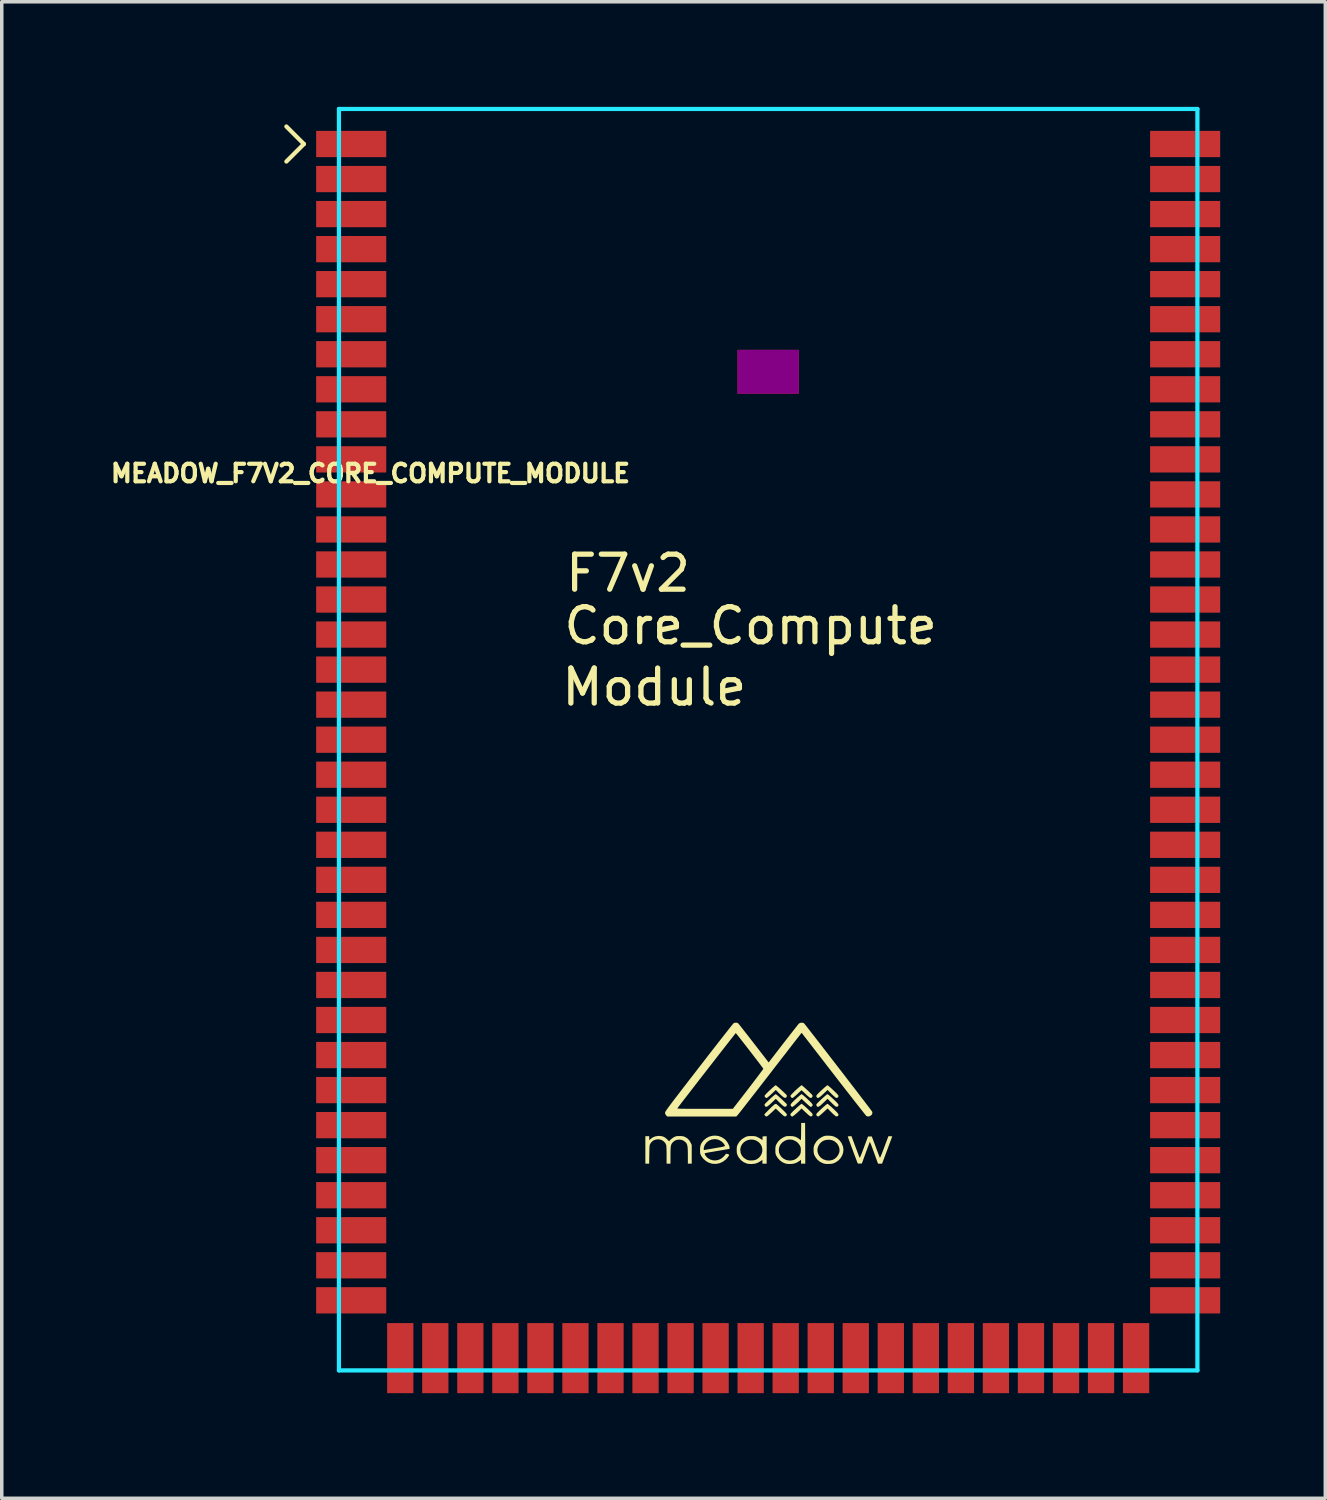
<source format=kicad_pcb>
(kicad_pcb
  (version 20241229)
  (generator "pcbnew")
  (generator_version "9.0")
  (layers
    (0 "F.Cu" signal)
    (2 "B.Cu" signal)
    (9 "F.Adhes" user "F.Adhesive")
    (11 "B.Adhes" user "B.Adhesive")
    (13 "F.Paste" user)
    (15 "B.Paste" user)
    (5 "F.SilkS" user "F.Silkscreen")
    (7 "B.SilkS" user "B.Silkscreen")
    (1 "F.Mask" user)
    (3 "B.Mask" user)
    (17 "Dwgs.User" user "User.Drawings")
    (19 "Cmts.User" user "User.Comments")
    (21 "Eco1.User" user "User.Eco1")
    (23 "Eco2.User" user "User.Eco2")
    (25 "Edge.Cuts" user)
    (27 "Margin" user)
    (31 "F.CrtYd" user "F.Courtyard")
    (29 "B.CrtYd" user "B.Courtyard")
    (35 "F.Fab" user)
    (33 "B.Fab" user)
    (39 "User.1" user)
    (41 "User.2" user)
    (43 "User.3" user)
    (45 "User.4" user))
  (footprint "MEADOW_F7V2_CORE_COMPUTE_MODULE"
    (layer "F.Cu")
    (at 18.873 14.06)
    (property "Reference" "MEADOW_F7V2_CORE_COMPUTE_MODULE" (at -11.35 -3.6 180) (layer "F.SilkS") (effects (font (size 0.5 0.5) (thickness 0.12))))
    (attr smd)
    (fp_line (start -13.75 -13.5) (end -13.25 -13) (stroke (width 0.12) (type solid)) (layer "F.SilkS"))
    (fp_line (start -13.25 -13) (end -13.75 -12.5) (stroke (width 0.12) (type solid)) (layer "F.SilkS"))
    (fp_poly (pts (xy 1.705 14.123) (xy 1.731 14.143) (xy 1.767 14.174) (xy 1.811 14.213) (xy 1.858 14.256) (xy 1.913 14.308) (xy 1.953 14.348) (xy 1.98 14.378) (xy 1.997 14.4) (xy 2.005 14.417) (xy 2.007 14.427) (xy 1.998 14.456) (xy 1.974 14.474) (xy 1.941 14.476) (xy 1.937 14.475) (xy 1.921 14.465) (xy 1.893 14.443) (xy 1.857 14.41) (xy 1.816 14.371) (xy 1.804 14.359) (xy 1.695 14.249) (xy 1.574 14.364) (xy 1.52 14.415) (xy 1.479 14.449) (xy 1.447 14.47) (xy 1.424 14.479) (xy 1.405 14.475) (xy 1.39 14.461) (xy 1.384 14.453) (xy 1.373 14.427) (xy 1.378 14.404) (xy 1.391 14.388) (xy 1.416 14.361) (xy 1.451 14.326) (xy 1.492 14.287) (xy 1.536 14.246) (xy 1.58 14.206) (xy 1.621 14.17) (xy 1.655 14.141) (xy 1.68 14.122) (xy 1.692 14.116) (xy 1.705 14.123)) (stroke (width 0) (type solid)) (fill yes) (layer "F.SilkS"))
    (fp_poly (pts (xy 0.228 14.123) (xy 0.253 14.143) (xy 0.288 14.172) (xy 0.329 14.208) (xy 0.373 14.248) (xy 0.417 14.289) (xy 0.458 14.328) (xy 0.493 14.362) (xy 0.519 14.388) (xy 0.532 14.404) (xy 0.533 14.406) (xy 0.533 14.432) (xy 0.518 14.458) (xy 0.494 14.474) (xy 0.492 14.475) (xy 0.474 14.475) (xy 0.453 14.468) (xy 0.426 14.45) (xy 0.391 14.421) (xy 0.346 14.379) (xy 0.299 14.332) (xy 0.218 14.249) (xy 0.097 14.364) (xy 0.043 14.414) (xy 0.001 14.449) (xy -0.03 14.47) (xy -0.054 14.479) (xy -0.072 14.475) (xy -0.088 14.461) (xy -0.093 14.453) (xy -0.105 14.426) (xy -0.1 14.405) (xy -0.087 14.389) (xy -0.062 14.362) (xy -0.027 14.328) (xy 0.014 14.288) (xy 0.058 14.247) (xy 0.102 14.207) (xy 0.143 14.171) (xy 0.178 14.142) (xy 0.203 14.123) (xy 0.216 14.116) (xy 0.228 14.123)) (stroke (width 0) (type solid)) (fill yes) (layer "F.SilkS"))
    (fp_poly (pts (xy 1.705 14.398) (xy 1.731 14.419) (xy 1.767 14.449) (xy 1.811 14.488) (xy 1.858 14.532) (xy 1.913 14.584) (xy 1.953 14.624) (xy 1.98 14.654) (xy 1.997 14.676) (xy 2.005 14.693) (xy 2.007 14.702) (xy 1.998 14.731) (xy 1.974 14.749) (xy 1.941 14.752) (xy 1.937 14.751) (xy 1.921 14.741) (xy 1.893 14.718) (xy 1.857 14.686) (xy 1.816 14.647) (xy 1.804 14.635) (xy 1.695 14.525) (xy 1.571 14.64) (xy 1.526 14.68) (xy 1.487 14.714) (xy 1.455 14.739) (xy 1.434 14.753) (xy 1.429 14.755) (xy 1.409 14.748) (xy 1.39 14.733) (xy 1.374 14.714) (xy 1.37 14.697) (xy 1.38 14.677) (xy 1.403 14.649) (xy 1.43 14.62) (xy 1.466 14.585) (xy 1.508 14.545) (xy 1.552 14.505) (xy 1.595 14.467) (xy 1.634 14.433) (xy 1.666 14.408) (xy 1.686 14.394) (xy 1.692 14.391) (xy 1.705 14.398)) (stroke (width 0) (type solid)) (fill yes) (layer "F.SilkS"))
    (fp_poly (pts (xy 1.706 13.869) (xy 1.732 13.89) (xy 1.768 13.92) (xy 1.812 13.959) (xy 1.858 14.003) (xy 1.913 14.055) (xy 1.953 14.095) (xy 1.981 14.125) (xy 1.997 14.148) (xy 2.006 14.164) (xy 2.007 14.173) (xy 1.998 14.202) (xy 1.974 14.22) (xy 1.941 14.223) (xy 1.937 14.222) (xy 1.921 14.212) (xy 1.893 14.189) (xy 1.857 14.157) (xy 1.816 14.118) (xy 1.804 14.106) (xy 1.695 13.996) (xy 1.573 14.111) (xy 1.519 14.161) (xy 1.478 14.195) (xy 1.447 14.216) (xy 1.423 14.225) (xy 1.405 14.221) (xy 1.39 14.208) (xy 1.386 14.203) (xy 1.377 14.188) (xy 1.373 14.174) (xy 1.377 14.159) (xy 1.388 14.139) (xy 1.41 14.114) (xy 1.443 14.08) (xy 1.489 14.036) (xy 1.547 13.982) (xy 1.592 13.941) (xy 1.632 13.906) (xy 1.665 13.88) (xy 1.686 13.865) (xy 1.693 13.862) (xy 1.706 13.869)) (stroke (width 0) (type solid)) (fill yes) (layer "F.SilkS"))
    (fp_poly (pts (xy 0.228 13.869) (xy 0.253 13.889) (xy 0.288 13.918) (xy 0.329 13.954) (xy 0.373 13.994) (xy 0.417 14.035) (xy 0.459 14.074) (xy 0.494 14.108) (xy 0.519 14.135) (xy 0.532 14.151) (xy 0.533 14.152) (xy 0.533 14.179) (xy 0.518 14.205) (xy 0.494 14.221) (xy 0.492 14.221) (xy 0.473 14.221) (xy 0.448 14.21) (xy 0.416 14.187) (xy 0.374 14.151) (xy 0.322 14.101) (xy 0.288 14.068) (xy 0.218 13.996) (xy 0.096 14.111) (xy 0.052 14.151) (xy 0.013 14.185) (xy -0.019 14.21) (xy -0.04 14.224) (xy -0.045 14.226) (xy -0.068 14.218) (xy -0.087 14.205) (xy -0.102 14.178) (xy -0.102 14.16) (xy -0.092 14.145) (xy -0.069 14.119) (xy -0.036 14.084) (xy 0.004 14.045) (xy 0.048 14.003) (xy 0.093 13.962) (xy 0.135 13.924) (xy 0.171 13.893) (xy 0.199 13.871) (xy 0.215 13.862) (xy 0.216 13.862) (xy 0.228 13.869)) (stroke (width 0) (type solid)) (fill yes) (layer "F.SilkS"))
    (fp_poly (pts (xy 0.967 14.123) (xy 0.994 14.143) (xy 1.03 14.174) (xy 1.074 14.212) (xy 1.12 14.255) (xy 1.174 14.306) (xy 1.214 14.345) (xy 1.241 14.375) (xy 1.258 14.396) (xy 1.266 14.413) (xy 1.269 14.425) (xy 1.259 14.456) (xy 1.234 14.475) (xy 1.211 14.479) (xy 1.199 14.472) (xy 1.173 14.452) (xy 1.138 14.422) (xy 1.097 14.385) (xy 1.075 14.364) (xy 0.952 14.249) (xy 0.904 14.299) (xy 0.867 14.336) (xy 0.826 14.374) (xy 0.785 14.411) (xy 0.747 14.442) (xy 0.716 14.466) (xy 0.697 14.478) (xy 0.692 14.479) (xy 0.672 14.474) (xy 0.66 14.468) (xy 0.645 14.448) (xy 0.64 14.425) (xy 0.643 14.411) (xy 0.652 14.395) (xy 0.669 14.373) (xy 0.697 14.343) (xy 0.737 14.304) (xy 0.789 14.255) (xy 0.837 14.21) (xy 0.88 14.172) (xy 0.916 14.142) (xy 0.942 14.122) (xy 0.954 14.116) (xy 0.967 14.123)) (stroke (width 0) (type solid)) (fill yes) (layer "F.SilkS"))
    (fp_poly (pts (xy 0.229 14.396) (xy 0.243 14.406) (xy 0.27 14.428) (xy 0.307 14.461) (xy 0.351 14.501) (xy 0.395 14.543) (xy 0.447 14.594) (xy 0.485 14.632) (xy 0.511 14.66) (xy 0.527 14.68) (xy 0.534 14.695) (xy 0.534 14.706) (xy 0.534 14.709) (xy 0.519 14.734) (xy 0.501 14.747) (xy 0.487 14.751) (xy 0.473 14.751) (xy 0.456 14.744) (xy 0.433 14.728) (xy 0.402 14.701) (xy 0.359 14.662) (xy 0.321 14.626) (xy 0.216 14.527) (xy 0.095 14.641) (xy 0.051 14.681) (xy 0.012 14.715) (xy -0.02 14.74) (xy -0.041 14.753) (xy -0.046 14.755) (xy -0.068 14.748) (xy -0.087 14.733) (xy -0.104 14.712) (xy -0.11 14.697) (xy -0.102 14.686) (xy -0.082 14.663) (xy -0.051 14.63) (xy -0.013 14.592) (xy 0.028 14.55) (xy 0.071 14.509) (xy 0.111 14.471) (xy 0.147 14.438) (xy 0.174 14.415) (xy 0.185 14.406) (xy 0.21 14.396) (xy 0.229 14.396)) (stroke (width 0) (type solid)) (fill yes) (layer "F.SilkS"))
    (fp_poly (pts (xy 0.967 13.869) (xy 0.992 13.889) (xy 1.025 13.918) (xy 1.066 13.954) (xy 1.109 13.994) (xy 1.153 14.034) (xy 1.193 14.073) (xy 1.226 14.106) (xy 1.251 14.131) (xy 1.26 14.143) (xy 1.268 14.17) (xy 1.259 14.198) (xy 1.238 14.218) (xy 1.211 14.226) (xy 1.194 14.218) (xy 1.164 14.197) (xy 1.127 14.166) (xy 1.099 14.14) (xy 1.06 14.103) (xy 1.023 14.068) (xy 0.994 14.041) (xy 0.98 14.029) (xy 0.95 14.003) (xy 0.831 14.114) (xy 0.788 14.154) (xy 0.749 14.187) (xy 0.718 14.212) (xy 0.698 14.225) (xy 0.693 14.226) (xy 0.671 14.218) (xy 0.652 14.205) (xy 0.637 14.178) (xy 0.637 14.16) (xy 0.647 14.145) (xy 0.67 14.119) (xy 0.703 14.084) (xy 0.743 14.044) (xy 0.787 14.002) (xy 0.832 13.961) (xy 0.874 13.924) (xy 0.911 13.893) (xy 0.938 13.871) (xy 0.954 13.862) (xy 0.955 13.862) (xy 0.967 13.869)) (stroke (width 0) (type solid)) (fill yes) (layer "F.SilkS"))
    (fp_poly (pts (xy 0.967 14.398) (xy 0.993 14.419) (xy 1.03 14.449) (xy 1.074 14.488) (xy 1.12 14.531) (xy 1.174 14.582) (xy 1.213 14.621) (xy 1.241 14.65) (xy 1.258 14.671) (xy 1.266 14.688) (xy 1.269 14.701) (xy 1.269 14.702) (xy 1.262 14.73) (xy 1.242 14.746) (xy 1.227 14.751) (xy 1.213 14.751) (xy 1.196 14.745) (xy 1.174 14.729) (xy 1.144 14.704) (xy 1.103 14.667) (xy 1.058 14.625) (xy 0.952 14.525) (xy 0.915 14.564) (xy 0.882 14.597) (xy 0.843 14.633) (xy 0.802 14.67) (xy 0.763 14.703) (xy 0.729 14.73) (xy 0.704 14.748) (xy 0.693 14.754) (xy 0.669 14.749) (xy 0.665 14.748) (xy 0.644 14.729) (xy 0.635 14.701) (xy 0.64 14.679) (xy 0.653 14.662) (xy 0.678 14.636) (xy 0.713 14.601) (xy 0.754 14.562) (xy 0.798 14.521) (xy 0.842 14.481) (xy 0.883 14.445) (xy 0.918 14.417) (xy 0.942 14.398) (xy 0.954 14.391) (xy 0.967 14.398)) (stroke (width 0) (type solid)) (fill yes) (layer "F.SilkS"))
    (fp_poly (pts (xy -0.424 15.313) (xy -0.385 15.316) (xy -0.353 15.322) (xy -0.322 15.334) (xy -0.305 15.342) (xy -0.264 15.363) (xy -0.224 15.386) (xy -0.204 15.4) (xy -0.166 15.429) (xy -0.162 15.376) (xy -0.159 15.323) (xy -0.101 15.319) (xy -0.043 15.316) (xy -0.043 16.1) (xy -0.165 16.1) (xy -0.165 15.99) (xy -0.219 16.029) (xy -0.299 16.075) (xy -0.383 16.102) (xy -0.477 16.11) (xy -0.481 16.11) (xy -0.53 16.108) (xy -0.577 16.103) (xy -0.612 16.095) (xy -0.613 16.095) (xy -0.7 16.057) (xy -0.775 16.001) (xy -0.836 15.928) (xy -0.869 15.87) (xy -0.883 15.835) (xy -0.892 15.802) (xy -0.897 15.763) (xy -0.898 15.711) (xy -0.898 15.709) (xy -0.898 15.708) (xy -0.796 15.708) (xy -0.786 15.79) (xy -0.756 15.862) (xy -0.708 15.922) (xy -0.643 15.971) (xy -0.585 15.997) (xy -0.539 16.007) (xy -0.482 16.009) (xy -0.422 16.005) (xy -0.368 15.994) (xy -0.335 15.981) (xy -0.269 15.936) (xy -0.219 15.88) (xy -0.185 15.815) (xy -0.168 15.747) (xy -0.168 15.677) (xy -0.184 15.608) (xy -0.217 15.545) (xy -0.266 15.49) (xy -0.332 15.446) (xy -0.338 15.443) (xy -0.414 15.417) (xy -0.49 15.411) (xy -0.563 15.421) (xy -0.632 15.448) (xy -0.692 15.488) (xy -0.741 15.541) (xy -0.776 15.604) (xy -0.794 15.676) (xy -0.796 15.708) (xy -0.898 15.708) (xy -0.897 15.657) (xy -0.893 15.619) (xy -0.885 15.588) (xy -0.871 15.555) (xy -0.867 15.546) (xy -0.815 15.466) (xy -0.747 15.399) (xy -0.665 15.348) (xy -0.663 15.347) (xy -0.626 15.33) (xy -0.596 15.32) (xy -0.565 15.315) (xy -0.524 15.312) (xy -0.479 15.312) (xy -0.424 15.313)) (stroke (width 0) (type solid)) (fill yes) (layer "F.SilkS"))
    (fp_poly (pts (xy 1.715 15.302) (xy 1.777 15.304) (xy 1.825 15.311) (xy 1.869 15.324) (xy 1.878 15.327) (xy 1.964 15.372) (xy 2.036 15.434) (xy 2.093 15.51) (xy 2.131 15.598) (xy 2.135 15.609) (xy 2.148 15.693) (xy 2.141 15.778) (xy 2.115 15.859) (xy 2.072 15.935) (xy 2.013 16.001) (xy 1.94 16.054) (xy 1.908 16.071) (xy 1.87 16.088) (xy 1.836 16.099) (xy 1.798 16.105) (xy 1.749 16.108) (xy 1.732 16.108) (xy 1.67 16.109) (xy 1.622 16.104) (xy 1.582 16.095) (xy 1.57 16.091) (xy 1.482 16.049) (xy 1.408 15.99) (xy 1.35 15.915) (xy 1.325 15.869) (xy 1.31 15.834) (xy 1.302 15.801) (xy 1.297 15.762) (xy 1.297 15.73) (xy 1.405 15.73) (xy 1.418 15.8) (xy 1.449 15.865) (xy 1.497 15.923) (xy 1.562 15.97) (xy 1.583 15.98) (xy 1.662 16.006) (xy 1.746 16.012) (xy 1.828 15.996) (xy 1.833 15.995) (xy 1.898 15.962) (xy 1.955 15.911) (xy 2 15.849) (xy 2.029 15.779) (xy 2.036 15.743) (xy 2.035 15.677) (xy 2.016 15.609) (xy 1.982 15.546) (xy 1.96 15.519) (xy 1.901 15.467) (xy 1.836 15.434) (xy 1.762 15.418) (xy 1.721 15.417) (xy 1.64 15.424) (xy 1.571 15.448) (xy 1.511 15.49) (xy 1.48 15.521) (xy 1.435 15.587) (xy 1.41 15.658) (xy 1.405 15.73) (xy 1.297 15.73) (xy 1.296 15.71) (xy 1.296 15.708) (xy 1.297 15.658) (xy 1.301 15.621) (xy 1.309 15.59) (xy 1.323 15.556) (xy 1.332 15.536) (xy 1.382 15.458) (xy 1.448 15.393) (xy 1.532 15.341) (xy 1.542 15.336) (xy 1.581 15.318) (xy 1.613 15.308) (xy 1.647 15.303) (xy 1.691 15.301) (xy 1.715 15.302)) (stroke (width 0) (type solid)) (fill yes) (layer "F.SilkS"))
    (fp_poly (pts (xy 1.057 15.518) (xy 1.059 16.1) (xy 0.938 16.1) (xy 0.938 15.99) (xy 0.883 16.029) (xy 0.804 16.075) (xy 0.719 16.102) (xy 0.625 16.11) (xy 0.621 16.11) (xy 0.572 16.108) (xy 0.525 16.103) (xy 0.49 16.095) (xy 0.489 16.095) (xy 0.405 16.058) (xy 0.33 16.002) (xy 0.267 15.931) (xy 0.231 15.871) (xy 0.218 15.841) (xy 0.21 15.81) (xy 0.206 15.771) (xy 0.205 15.717) (xy 0.205 15.714) (xy 0.205 15.707) (xy 0.303 15.707) (xy 0.31 15.779) (xy 0.335 15.845) (xy 0.375 15.902) (xy 0.427 15.95) (xy 0.49 15.985) (xy 0.56 16.006) (xy 0.635 16.012) (xy 0.714 15.999) (xy 0.742 15.99) (xy 0.799 15.959) (xy 0.853 15.913) (xy 0.898 15.859) (xy 0.912 15.835) (xy 0.925 15.799) (xy 0.931 15.749) (xy 0.932 15.714) (xy 0.931 15.667) (xy 0.926 15.633) (xy 0.914 15.601) (xy 0.898 15.571) (xy 0.851 15.508) (xy 0.787 15.459) (xy 0.708 15.424) (xy 0.698 15.421) (xy 0.623 15.41) (xy 0.548 15.418) (xy 0.477 15.445) (xy 0.413 15.486) (xy 0.361 15.54) (xy 0.323 15.606) (xy 0.315 15.631) (xy 0.303 15.707) (xy 0.205 15.707) (xy 0.206 15.661) (xy 0.209 15.622) (xy 0.216 15.59) (xy 0.229 15.558) (xy 0.234 15.547) (xy 0.281 15.472) (xy 0.345 15.407) (xy 0.422 15.356) (xy 0.44 15.347) (xy 0.477 15.33) (xy 0.509 15.319) (xy 0.542 15.314) (xy 0.585 15.312) (xy 0.618 15.312) (xy 0.697 15.315) (xy 0.761 15.328) (xy 0.818 15.351) (xy 0.874 15.387) (xy 0.878 15.39) (xy 0.906 15.411) (xy 0.926 15.424) (xy 0.932 15.428) (xy 0.934 15.417) (xy 0.936 15.388) (xy 0.937 15.342) (xy 0.939 15.285) (xy 0.94 15.217) (xy 0.94 15.182) (xy 0.943 14.937) (xy 1.054 14.937) (xy 1.057 15.518)) (stroke (width 0) (type solid)) (fill yes) (layer "F.SilkS"))
    (fp_poly (pts (xy -3.048 15.314) (xy -3.015 15.322) (xy -2.972 15.338) (xy -2.934 15.362) (xy -2.892 15.398) (xy -2.89 15.4) (xy -2.828 15.461) (xy -2.786 15.416) (xy -2.75 15.385) (xy -2.707 15.354) (xy -2.686 15.342) (xy -2.654 15.327) (xy -2.625 15.318) (xy -2.592 15.313) (xy -2.545 15.312) (xy -2.529 15.312) (xy -2.474 15.313) (xy -2.434 15.318) (xy -2.4 15.327) (xy -2.375 15.337) (xy -2.307 15.378) (xy -2.254 15.432) (xy -2.214 15.499) (xy -2.182 15.565) (xy -2.182 15.833) (xy -2.182 16.1) (xy -2.292 16.1) (xy -2.292 15.865) (xy -2.293 15.77) (xy -2.295 15.694) (xy -2.299 15.635) (xy -2.306 15.588) (xy -2.316 15.552) (xy -2.329 15.524) (xy -2.347 15.5) (xy -2.361 15.486) (xy -2.415 15.444) (xy -2.471 15.421) (xy -2.536 15.413) (xy -2.54 15.413) (xy -2.614 15.422) (xy -2.678 15.451) (xy -2.731 15.499) (xy -2.748 15.523) (xy -2.762 15.547) (xy -2.772 15.576) (xy -2.779 15.611) (xy -2.784 15.657) (xy -2.787 15.716) (xy -2.788 15.792) (xy -2.788 15.862) (xy -2.788 16.1) (xy -2.899 16.1) (xy -2.899 15.855) (xy -2.899 15.779) (xy -2.901 15.709) (xy -2.903 15.649) (xy -2.906 15.602) (xy -2.909 15.573) (xy -2.91 15.568) (xy -2.935 15.515) (xy -2.977 15.467) (xy -3.031 15.43) (xy -3.037 15.427) (xy -3.098 15.408) (xy -3.165 15.405) (xy -3.23 15.418) (xy -3.286 15.445) (xy -3.287 15.445) (xy -3.321 15.475) (xy -3.353 15.513) (xy -3.362 15.527) (xy -3.37 15.543) (xy -3.377 15.559) (xy -3.382 15.578) (xy -3.386 15.602) (xy -3.388 15.635) (xy -3.39 15.68) (xy -3.391 15.74) (xy -3.392 15.818) (xy -3.393 15.838) (xy -3.396 16.1) (xy -3.505 16.1) (xy -3.505 15.317) (xy -3.395 15.317) (xy -3.395 15.432) (xy -3.359 15.398) (xy -3.293 15.35) (xy -3.217 15.32) (xy -3.134 15.307) (xy -3.048 15.314)) (stroke (width 0) (type solid)) (fill yes) (layer "F.SilkS"))
    (fp_poly (pts (xy 2.486 15.607) (xy 2.515 15.683) (xy 2.542 15.754) (xy 2.565 15.817) (xy 2.584 15.868) (xy 2.598 15.904) (xy 2.605 15.923) (xy 2.605 15.924) (xy 2.609 15.929) (xy 2.614 15.928) (xy 2.622 15.917) (xy 2.633 15.895) (xy 2.648 15.86) (xy 2.668 15.81) (xy 2.693 15.744) (xy 2.725 15.659) (xy 2.733 15.637) (xy 2.851 15.323) (xy 2.957 15.323) (xy 3.067 15.615) (xy 3.095 15.692) (xy 3.122 15.762) (xy 3.145 15.824) (xy 3.164 15.874) (xy 3.177 15.909) (xy 3.184 15.927) (xy 3.185 15.928) (xy 3.19 15.93) (xy 3.198 15.919) (xy 3.211 15.894) (xy 3.228 15.853) (xy 3.252 15.793) (xy 3.28 15.719) (xy 3.308 15.645) (xy 3.335 15.573) (xy 3.359 15.507) (xy 3.381 15.451) (xy 3.396 15.41) (xy 3.399 15.403) (xy 3.431 15.317) (xy 3.485 15.317) (xy 3.517 15.318) (xy 3.536 15.321) (xy 3.54 15.323) (xy 3.536 15.335) (xy 3.525 15.365) (xy 3.508 15.41) (xy 3.486 15.47) (xy 3.46 15.54) (xy 3.43 15.62) (xy 3.398 15.707) (xy 3.395 15.715) (xy 3.25 16.1) (xy 3.135 16.1) (xy 3.021 15.786) (xy 2.993 15.708) (xy 2.967 15.637) (xy 2.944 15.576) (xy 2.925 15.528) (xy 2.911 15.495) (xy 2.903 15.479) (xy 2.902 15.477) (xy 2.897 15.489) (xy 2.885 15.519) (xy 2.868 15.564) (xy 2.846 15.622) (xy 2.821 15.69) (xy 2.793 15.766) (xy 2.785 15.789) (xy 2.674 16.094) (xy 2.616 16.098) (xy 2.582 16.099) (xy 2.563 16.095) (xy 2.552 16.084) (xy 2.546 16.07) (xy 2.529 16.025) (xy 2.508 15.968) (xy 2.483 15.902) (xy 2.455 15.829) (xy 2.427 15.752) (xy 2.398 15.673) (xy 2.369 15.597) (xy 2.343 15.524) (xy 2.319 15.459) (xy 2.299 15.404) (xy 2.284 15.362) (xy 2.274 15.336) (xy 2.272 15.327) (xy 2.282 15.322) (xy 2.307 15.318) (xy 2.325 15.317) (xy 2.378 15.317) (xy 2.486 15.607)) (stroke (width 0) (type solid)) (fill yes) (layer "F.SilkS"))
    (fp_poly (pts (xy -1.42 15.31) (xy -1.334 15.341) (xy -1.255 15.39) (xy -1.22 15.42) (xy -1.183 15.462) (xy -1.15 15.513) (xy -1.123 15.565) (xy -1.106 15.613) (xy -1.102 15.644) (xy -1.102 15.678) (xy -1.237 15.701) (xy -1.293 15.711) (xy -1.365 15.723) (xy -1.445 15.736) (xy -1.526 15.75) (xy -1.583 15.76) (xy -1.649 15.771) (xy -1.709 15.781) (xy -1.757 15.791) (xy -1.791 15.798) (xy -1.808 15.803) (xy -1.808 15.803) (xy -1.812 15.817) (xy -1.803 15.842) (xy -1.785 15.873) (xy -1.76 15.905) (xy -1.731 15.934) (xy -1.716 15.946) (xy -1.643 15.986) (xy -1.565 16.006) (xy -1.485 16.007) (xy -1.407 15.988) (xy -1.333 15.951) (xy -1.269 15.897) (xy -1.242 15.867) (xy -1.221 15.841) (xy -1.211 15.826) (xy -1.21 15.826) (xy -1.204 15.818) (xy -1.187 15.818) (xy -1.159 15.825) (xy -1.131 15.835) (xy -1.114 15.845) (xy -1.113 15.848) (xy -1.12 15.869) (xy -1.139 15.899) (xy -1.166 15.934) (xy -1.197 15.969) (xy -1.215 15.986) (xy -1.295 16.046) (xy -1.384 16.086) (xy -1.479 16.106) (xy -1.577 16.104) (xy -1.609 16.099) (xy -1.694 16.072) (xy -1.775 16.026) (xy -1.845 15.965) (xy -1.902 15.892) (xy -1.919 15.86) (xy -1.932 15.83) (xy -1.94 15.801) (xy -1.943 15.764) (xy -1.944 15.713) (xy -1.944 15.703) (xy -1.944 15.686) (xy -1.84 15.686) (xy -1.836 15.707) (xy -1.826 15.712) (xy -1.812 15.709) (xy -1.779 15.702) (xy -1.731 15.694) (xy -1.669 15.683) (xy -1.598 15.671) (xy -1.523 15.658) (xy -1.432 15.642) (xy -1.36 15.63) (xy -1.307 15.619) (xy -1.27 15.61) (xy -1.246 15.603) (xy -1.235 15.597) (xy -1.234 15.593) (xy -1.242 15.569) (xy -1.262 15.537) (xy -1.291 15.503) (xy -1.323 15.473) (xy -1.338 15.462) (xy -1.397 15.427) (xy -1.451 15.408) (xy -1.511 15.401) (xy -1.532 15.4) (xy -1.615 15.411) (xy -1.689 15.442) (xy -1.753 15.49) (xy -1.803 15.554) (xy -1.819 15.586) (xy -1.831 15.62) (xy -1.838 15.655) (xy -1.84 15.686) (xy -1.944 15.686) (xy -1.94 15.628) (xy -1.928 15.568) (xy -1.904 15.515) (xy -1.866 15.463) (xy -1.841 15.434) (xy -1.768 15.373) (xy -1.687 15.33) (xy -1.599 15.305) (xy -1.509 15.299) (xy -1.42 15.31)) (stroke (width 0) (type solid)) (fill yes) (layer "F.SilkS"))
    (fp_poly (pts (xy -0.871 12.085) (xy -0.856 12.095) (xy -0.846 12.107) (xy -0.823 12.135) (xy -0.789 12.177) (xy -0.746 12.232) (xy -0.694 12.299) (xy -0.634 12.375) (xy -0.568 12.459) (xy -0.498 12.55) (xy -0.423 12.646) (xy -0.41 12.663) (xy 0.014 13.211) (xy 0.432 12.668) (xy 0.507 12.572) (xy 0.578 12.48) (xy 0.645 12.395) (xy 0.706 12.317) (xy 0.759 12.249) (xy 0.805 12.191) (xy 0.84 12.147) (xy 0.865 12.116) (xy 0.878 12.102) (xy 0.879 12.101) (xy 0.913 12.082) (xy 0.955 12.076) (xy 0.996 12.081) (xy 1.024 12.095) (xy 1.034 12.107) (xy 1.056 12.135) (xy 1.09 12.177) (xy 1.135 12.234) (xy 1.189 12.303) (xy 1.251 12.384) (xy 1.322 12.474) (xy 1.399 12.574) (xy 1.483 12.681) (xy 1.571 12.796) (xy 1.664 12.915) (xy 1.759 13.039) (xy 1.857 13.165) (xy 1.956 13.294) (xy 2.056 13.423) (xy 2.155 13.551) (xy 2.252 13.678) (xy 2.347 13.802) (xy 2.439 13.921) (xy 2.527 14.035) (xy 2.609 14.143) (xy 2.685 14.242) (xy 2.755 14.333) (xy 2.816 14.414) (xy 2.869 14.483) (xy 2.911 14.539) (xy 2.943 14.582) (xy 2.964 14.61) (xy 2.971 14.621) (xy 2.971 14.621) (xy 2.974 14.661) (xy 2.959 14.698) (xy 2.931 14.727) (xy 2.894 14.747) (xy 2.852 14.754) (xy 2.811 14.744) (xy 2.805 14.741) (xy 2.795 14.731) (xy 2.773 14.704) (xy 2.739 14.662) (xy 2.694 14.605) (xy 2.639 14.536) (xy 2.574 14.453) (xy 2.5 14.36) (xy 2.419 14.256) (xy 2.331 14.143) (xy 2.236 14.021) (xy 2.136 13.893) (xy 2.031 13.758) (xy 1.923 13.618) (xy 1.869 13.548) (xy 1.759 13.406) (xy 1.653 13.269) (xy 1.552 13.137) (xy 1.456 13.013) (xy 1.365 12.896) (xy 1.282 12.789) (xy 1.207 12.691) (xy 1.139 12.604) (xy 1.081 12.529) (xy 1.033 12.467) (xy 0.996 12.419) (xy 0.97 12.385) (xy 0.957 12.368) (xy 0.955 12.366) (xy 0.948 12.374) (xy 0.929 12.399) (xy 0.897 12.439) (xy 0.855 12.493) (xy 0.802 12.561) (xy 0.739 12.641) (xy 0.668 12.733) (xy 0.589 12.835) (xy 0.503 12.947) (xy 0.41 13.066) (xy 0.312 13.193) (xy 0.208 13.327) (xy 0.101 13.466) (xy 0.061 13.518) (xy -0.048 13.659) (xy -0.154 13.796) (xy -0.256 13.928) (xy -0.353 14.053) (xy -0.445 14.17) (xy -0.529 14.279) (xy -0.607 14.378) (xy -0.676 14.467) (xy -0.736 14.544) (xy -0.786 14.608) (xy -0.826 14.658) (xy -0.854 14.692) (xy -0.869 14.711) (xy -0.871 14.714) (xy -0.912 14.755) (xy -2.878 14.755) (xy -2.91 14.723) (xy -2.934 14.692) (xy -2.942 14.657) (xy -2.943 14.648) (xy -2.942 14.641) (xy -2.94 14.633) (xy -2.935 14.622) (xy -2.927 14.607) (xy -2.915 14.589) (xy -2.899 14.565) (xy -2.879 14.535) (xy -2.867 14.518) (xy -2.59 14.518) (xy -2.589 14.522) (xy -2.585 14.524) (xy -2.574 14.527) (xy -2.557 14.529) (xy -2.531 14.53) (xy -2.495 14.532) (xy -2.448 14.533) (xy -2.388 14.533) (xy -2.313 14.534) (xy -2.223 14.534) (xy -2.115 14.534) (xy -1.988 14.534) (xy -1.841 14.534) (xy -1.805 14.534) (xy -1.008 14.534) (xy -0.572 13.97) (xy -0.497 13.872) (xy -0.426 13.779) (xy -0.36 13.692) (xy -0.301 13.614) (xy -0.249 13.545) (xy -0.206 13.487) (xy -0.172 13.442) (xy -0.15 13.41) (xy -0.139 13.394) (xy -0.138 13.392) (xy -0.145 13.381) (xy -0.164 13.355) (xy -0.193 13.315) (xy -0.232 13.263) (xy -0.278 13.202) (xy -0.331 13.133) (xy -0.389 13.058) (xy -0.449 12.979) (xy -0.512 12.898) (xy -0.575 12.816) (xy -0.637 12.736) (xy -0.697 12.659) (xy -0.753 12.588) (xy -0.803 12.523) (xy -0.847 12.468) (xy -0.882 12.424) (xy -0.908 12.393) (xy -0.922 12.376) (xy -0.925 12.374) (xy -0.932 12.382) (xy -0.952 12.407) (xy -0.983 12.446) (xy -1.025 12.5) (xy -1.077 12.565) (xy -1.136 12.641) (xy -1.204 12.728) (xy -1.277 12.822) (xy -1.357 12.924) (xy -1.441 13.032) (xy -1.528 13.144) (xy -1.618 13.26) (xy -1.709 13.377) (xy -1.801 13.496) (xy -1.893 13.613) (xy -1.983 13.729) (xy -2.07 13.842) (xy -2.154 13.951) (xy -2.234 14.054) (xy -2.308 14.15) (xy -2.376 14.237) (xy -2.436 14.315) (xy -2.488 14.383) (xy -2.53 14.438) (xy -2.562 14.48) (xy -2.582 14.507) (xy -2.588 14.514) (xy -2.59 14.518) (xy -2.867 14.518) (xy -2.852 14.498) (xy -2.819 14.453) (xy -2.779 14.4) (xy -2.732 14.337) (xy -2.677 14.264) (xy -2.612 14.18) (xy -2.538 14.084) (xy -2.454 13.974) (xy -2.359 13.851) (xy -2.253 13.713) (xy -2.134 13.56) (xy -2.003 13.39) (xy -1.981 13.361) (xy -1.867 13.215) (xy -1.758 13.073) (xy -1.652 12.937) (xy -1.551 12.807) (xy -1.456 12.685) (xy -1.368 12.572) (xy -1.286 12.468) (xy -1.213 12.375) (xy -1.149 12.293) (xy -1.095 12.224) (xy -1.05 12.169) (xy -1.018 12.128) (xy -0.997 12.103) (xy -0.989 12.095) (xy -0.952 12.078) (xy -0.909 12.075) (xy -0.871 12.085)) (stroke (width 0) (type solid)) (fill yes) (layer "F.SilkS"))
    (fp_poly (pts (xy 1.705 14.123) (xy 1.731 14.143) (xy 1.767 14.174) (xy 1.811 14.213) (xy 1.858 14.256) (xy 1.913 14.308) (xy 1.953 14.348) (xy 1.98 14.378) (xy 1.997 14.4) (xy 2.005 14.417) (xy 2.007 14.427) (xy 1.998 14.456) (xy 1.974 14.474) (xy 1.941 14.476) (xy 1.937 14.475) (xy 1.921 14.465) (xy 1.893 14.443) (xy 1.857 14.41) (xy 1.816 14.371) (xy 1.804 14.359) (xy 1.695 14.249) (xy 1.574 14.364) (xy 1.52 14.415) (xy 1.479 14.449) (xy 1.447 14.47) (xy 1.424 14.479) (xy 1.405 14.475) (xy 1.39 14.461) (xy 1.384 14.453) (xy 1.373 14.427) (xy 1.378 14.404) (xy 1.391 14.388) (xy 1.416 14.361) (xy 1.451 14.326) (xy 1.492 14.287) (xy 1.536 14.246) (xy 1.58 14.206) (xy 1.621 14.17) (xy 1.655 14.141) (xy 1.68 14.122) (xy 1.692 14.116) (xy 1.705 14.123)) (stroke (width 0.1) (type solid)) (fill no) (layer "Eco1.User"))
    (fp_poly (pts (xy 0.228 14.123) (xy 0.253 14.143) (xy 0.288 14.172) (xy 0.329 14.208) (xy 0.373 14.248) (xy 0.417 14.289) (xy 0.458 14.328) (xy 0.493 14.362) (xy 0.519 14.388) (xy 0.532 14.404) (xy 0.533 14.406) (xy 0.533 14.432) (xy 0.518 14.458) (xy 0.494 14.474) (xy 0.492 14.475) (xy 0.474 14.475) (xy 0.453 14.468) (xy 0.426 14.45) (xy 0.391 14.421) (xy 0.346 14.379) (xy 0.299 14.332) (xy 0.218 14.249) (xy 0.097 14.364) (xy 0.043 14.414) (xy 0.001 14.449) (xy -0.03 14.47) (xy -0.054 14.479) (xy -0.072 14.475) (xy -0.088 14.461) (xy -0.093 14.453) (xy -0.105 14.426) (xy -0.1 14.405) (xy -0.087 14.389) (xy -0.062 14.362) (xy -0.027 14.328) (xy 0.014 14.288) (xy 0.058 14.247) (xy 0.102 14.207) (xy 0.143 14.171) (xy 0.178 14.142) (xy 0.203 14.123) (xy 0.216 14.116) (xy 0.228 14.123)) (stroke (width 0.1) (type solid)) (fill no) (layer "Eco1.User"))
    (fp_poly (pts (xy 1.705 14.398) (xy 1.731 14.419) (xy 1.767 14.449) (xy 1.811 14.488) (xy 1.858 14.532) (xy 1.913 14.584) (xy 1.953 14.624) (xy 1.98 14.654) (xy 1.997 14.676) (xy 2.005 14.693) (xy 2.007 14.702) (xy 1.998 14.731) (xy 1.974 14.749) (xy 1.941 14.752) (xy 1.937 14.751) (xy 1.921 14.741) (xy 1.893 14.718) (xy 1.857 14.686) (xy 1.816 14.647) (xy 1.804 14.635) (xy 1.695 14.525) (xy 1.571 14.64) (xy 1.526 14.68) (xy 1.487 14.714) (xy 1.455 14.739) (xy 1.434 14.753) (xy 1.429 14.755) (xy 1.409 14.748) (xy 1.39 14.733) (xy 1.374 14.714) (xy 1.37 14.697) (xy 1.38 14.677) (xy 1.403 14.649) (xy 1.43 14.62) (xy 1.466 14.585) (xy 1.508 14.545) (xy 1.552 14.505) (xy 1.595 14.467) (xy 1.634 14.433) (xy 1.666 14.408) (xy 1.686 14.394) (xy 1.692 14.391) (xy 1.705 14.398)) (stroke (width 0.1) (type solid)) (fill no) (layer "Eco1.User"))
    (fp_poly (pts (xy 1.706 13.869) (xy 1.732 13.89) (xy 1.768 13.92) (xy 1.812 13.959) (xy 1.858 14.003) (xy 1.913 14.055) (xy 1.953 14.095) (xy 1.981 14.125) (xy 1.997 14.148) (xy 2.006 14.164) (xy 2.007 14.173) (xy 1.998 14.202) (xy 1.974 14.22) (xy 1.941 14.223) (xy 1.937 14.222) (xy 1.921 14.212) (xy 1.893 14.189) (xy 1.857 14.157) (xy 1.816 14.118) (xy 1.804 14.106) (xy 1.695 13.996) (xy 1.573 14.111) (xy 1.519 14.161) (xy 1.478 14.195) (xy 1.447 14.216) (xy 1.423 14.225) (xy 1.405 14.221) (xy 1.39 14.208) (xy 1.386 14.203) (xy 1.377 14.188) (xy 1.373 14.174) (xy 1.377 14.159) (xy 1.388 14.139) (xy 1.41 14.114) (xy 1.443 14.08) (xy 1.489 14.036) (xy 1.547 13.982) (xy 1.592 13.941) (xy 1.632 13.906) (xy 1.665 13.88) (xy 1.686 13.865) (xy 1.693 13.862) (xy 1.706 13.869)) (stroke (width 0.1) (type solid)) (fill no) (layer "Eco1.User"))
    (fp_poly (pts (xy 0.228 13.869) (xy 0.253 13.889) (xy 0.288 13.918) (xy 0.329 13.954) (xy 0.373 13.994) (xy 0.417 14.035) (xy 0.459 14.074) (xy 0.494 14.108) (xy 0.519 14.135) (xy 0.532 14.151) (xy 0.533 14.152) (xy 0.533 14.179) (xy 0.518 14.205) (xy 0.494 14.221) (xy 0.492 14.221) (xy 0.473 14.221) (xy 0.448 14.21) (xy 0.416 14.187) (xy 0.374 14.151) (xy 0.322 14.101) (xy 0.288 14.068) (xy 0.218 13.996) (xy 0.096 14.111) (xy 0.052 14.151) (xy 0.013 14.185) (xy -0.019 14.21) (xy -0.04 14.224) (xy -0.045 14.226) (xy -0.068 14.218) (xy -0.087 14.205) (xy -0.102 14.178) (xy -0.102 14.16) (xy -0.092 14.145) (xy -0.069 14.119) (xy -0.036 14.084) (xy 0.004 14.045) (xy 0.048 14.003) (xy 0.093 13.962) (xy 0.135 13.924) (xy 0.171 13.893) (xy 0.199 13.871) (xy 0.215 13.862) (xy 0.216 13.862) (xy 0.228 13.869)) (stroke (width 0.1) (type solid)) (fill no) (layer "Eco1.User"))
    (fp_poly (pts (xy 0.967 14.123) (xy 0.994 14.143) (xy 1.03 14.174) (xy 1.074 14.212) (xy 1.12 14.255) (xy 1.174 14.306) (xy 1.214 14.345) (xy 1.241 14.375) (xy 1.258 14.396) (xy 1.266 14.413) (xy 1.269 14.425) (xy 1.259 14.456) (xy 1.234 14.475) (xy 1.211 14.479) (xy 1.199 14.472) (xy 1.173 14.452) (xy 1.138 14.422) (xy 1.097 14.385) (xy 1.075 14.364) (xy 0.952 14.249) (xy 0.904 14.299) (xy 0.867 14.336) (xy 0.826 14.374) (xy 0.785 14.411) (xy 0.747 14.442) (xy 0.716 14.466) (xy 0.697 14.478) (xy 0.692 14.479) (xy 0.672 14.474) (xy 0.66 14.468) (xy 0.645 14.448) (xy 0.64 14.425) (xy 0.643 14.411) (xy 0.652 14.395) (xy 0.669 14.373) (xy 0.697 14.343) (xy 0.737 14.304) (xy 0.789 14.255) (xy 0.837 14.21) (xy 0.88 14.172) (xy 0.916 14.142) (xy 0.942 14.122) (xy 0.954 14.116) (xy 0.967 14.123)) (stroke (width 0.1) (type solid)) (fill no) (layer "Eco1.User"))
    (fp_poly (pts (xy 0.229 14.396) (xy 0.243 14.406) (xy 0.27 14.428) (xy 0.307 14.461) (xy 0.351 14.501) (xy 0.395 14.543) (xy 0.447 14.594) (xy 0.485 14.632) (xy 0.511 14.66) (xy 0.527 14.68) (xy 0.534 14.695) (xy 0.534 14.706) (xy 0.534 14.709) (xy 0.519 14.734) (xy 0.501 14.747) (xy 0.487 14.751) (xy 0.473 14.751) (xy 0.456 14.744) (xy 0.433 14.728) (xy 0.402 14.701) (xy 0.359 14.662) (xy 0.321 14.626) (xy 0.216 14.527) (xy 0.095 14.641) (xy 0.051 14.681) (xy 0.012 14.715) (xy -0.02 14.74) (xy -0.041 14.753) (xy -0.046 14.755) (xy -0.068 14.748) (xy -0.087 14.733) (xy -0.104 14.712) (xy -0.11 14.697) (xy -0.102 14.686) (xy -0.082 14.663) (xy -0.051 14.63) (xy -0.013 14.592) (xy 0.028 14.55) (xy 0.071 14.509) (xy 0.111 14.471) (xy 0.147 14.438) (xy 0.174 14.415) (xy 0.185 14.406) (xy 0.21 14.396) (xy 0.229 14.396)) (stroke (width 0.1) (type solid)) (fill no) (layer "Eco1.User"))
    (fp_poly (pts (xy 0.967 13.869) (xy 0.992 13.889) (xy 1.025 13.918) (xy 1.066 13.954) (xy 1.109 13.994) (xy 1.153 14.034) (xy 1.193 14.073) (xy 1.226 14.106) (xy 1.251 14.131) (xy 1.26 14.143) (xy 1.268 14.17) (xy 1.259 14.198) (xy 1.238 14.218) (xy 1.211 14.226) (xy 1.194 14.218) (xy 1.164 14.197) (xy 1.127 14.166) (xy 1.099 14.14) (xy 1.06 14.103) (xy 1.023 14.068) (xy 0.994 14.041) (xy 0.98 14.029) (xy 0.95 14.003) (xy 0.831 14.114) (xy 0.788 14.154) (xy 0.749 14.187) (xy 0.718 14.212) (xy 0.698 14.225) (xy 0.693 14.226) (xy 0.671 14.218) (xy 0.652 14.205) (xy 0.637 14.178) (xy 0.637 14.16) (xy 0.647 14.145) (xy 0.67 14.119) (xy 0.703 14.084) (xy 0.743 14.044) (xy 0.787 14.002) (xy 0.832 13.961) (xy 0.874 13.924) (xy 0.911 13.893) (xy 0.938 13.871) (xy 0.954 13.862) (xy 0.955 13.862) (xy 0.967 13.869)) (stroke (width 0.1) (type solid)) (fill no) (layer "Eco1.User"))
    (fp_poly (pts (xy 0.967 14.398) (xy 0.993 14.419) (xy 1.03 14.449) (xy 1.074 14.488) (xy 1.12 14.531) (xy 1.174 14.582) (xy 1.213 14.621) (xy 1.241 14.65) (xy 1.258 14.671) (xy 1.266 14.688) (xy 1.269 14.701) (xy 1.269 14.702) (xy 1.262 14.73) (xy 1.242 14.746) (xy 1.227 14.751) (xy 1.213 14.751) (xy 1.196 14.745) (xy 1.174 14.729) (xy 1.144 14.704) (xy 1.103 14.667) (xy 1.058 14.625) (xy 0.952 14.525) (xy 0.915 14.564) (xy 0.882 14.597) (xy 0.843 14.633) (xy 0.802 14.67) (xy 0.763 14.703) (xy 0.729 14.73) (xy 0.704 14.748) (xy 0.693 14.754) (xy 0.669 14.749) (xy 0.665 14.748) (xy 0.644 14.729) (xy 0.635 14.701) (xy 0.64 14.679) (xy 0.653 14.662) (xy 0.678 14.636) (xy 0.713 14.601) (xy 0.754 14.562) (xy 0.798 14.521) (xy 0.842 14.481) (xy 0.883 14.445) (xy 0.918 14.417) (xy 0.942 14.398) (xy 0.954 14.391) (xy 0.967 14.398)) (stroke (width 0.1) (type solid)) (fill no) (layer "Eco1.User"))
    (fp_poly (pts (xy -0.424 15.313) (xy -0.385 15.316) (xy -0.353 15.322) (xy -0.322 15.334) (xy -0.305 15.342) (xy -0.264 15.363) (xy -0.224 15.386) (xy -0.204 15.4) (xy -0.166 15.429) (xy -0.162 15.376) (xy -0.159 15.323) (xy -0.101 15.319) (xy -0.043 15.316) (xy -0.043 16.1) (xy -0.165 16.1) (xy -0.165 15.99) (xy -0.219 16.029) (xy -0.299 16.075) (xy -0.383 16.102) (xy -0.477 16.11) (xy -0.481 16.11) (xy -0.53 16.108) (xy -0.577 16.103) (xy -0.612 16.095) (xy -0.613 16.095) (xy -0.7 16.057) (xy -0.775 16.001) (xy -0.836 15.928) (xy -0.869 15.87) (xy -0.883 15.835) (xy -0.892 15.802) (xy -0.897 15.763) (xy -0.898 15.711) (xy -0.898 15.709) (xy -0.898 15.708) (xy -0.796 15.708) (xy -0.786 15.79) (xy -0.756 15.862) (xy -0.708 15.922) (xy -0.643 15.971) (xy -0.585 15.997) (xy -0.539 16.007) (xy -0.482 16.009) (xy -0.422 16.005) (xy -0.368 15.994) (xy -0.335 15.981) (xy -0.269 15.936) (xy -0.219 15.88) (xy -0.185 15.815) (xy -0.168 15.747) (xy -0.168 15.677) (xy -0.184 15.608) (xy -0.217 15.545) (xy -0.266 15.49) (xy -0.332 15.446) (xy -0.338 15.443) (xy -0.414 15.417) (xy -0.49 15.411) (xy -0.563 15.421) (xy -0.632 15.448) (xy -0.692 15.488) (xy -0.741 15.541) (xy -0.776 15.604) (xy -0.794 15.676) (xy -0.796 15.708) (xy -0.898 15.708) (xy -0.897 15.657) (xy -0.893 15.619) (xy -0.885 15.588) (xy -0.871 15.555) (xy -0.867 15.546) (xy -0.815 15.466) (xy -0.747 15.399) (xy -0.665 15.348) (xy -0.663 15.347) (xy -0.626 15.33) (xy -0.596 15.32) (xy -0.565 15.315) (xy -0.524 15.312) (xy -0.479 15.312) (xy -0.424 15.313)) (stroke (width 0.1) (type solid)) (fill no) (layer "Eco1.User"))
    (fp_poly (pts (xy 1.715 15.302) (xy 1.777 15.304) (xy 1.825 15.311) (xy 1.869 15.324) (xy 1.878 15.327) (xy 1.964 15.372) (xy 2.036 15.434) (xy 2.093 15.51) (xy 2.131 15.598) (xy 2.135 15.609) (xy 2.148 15.693) (xy 2.141 15.778) (xy 2.115 15.859) (xy 2.072 15.935) (xy 2.013 16.001) (xy 1.94 16.054) (xy 1.908 16.071) (xy 1.87 16.088) (xy 1.836 16.099) (xy 1.798 16.105) (xy 1.749 16.108) (xy 1.732 16.108) (xy 1.67 16.109) (xy 1.622 16.104) (xy 1.582 16.095) (xy 1.57 16.091) (xy 1.482 16.049) (xy 1.408 15.99) (xy 1.35 15.915) (xy 1.325 15.869) (xy 1.31 15.834) (xy 1.302 15.801) (xy 1.297 15.762) (xy 1.297 15.73) (xy 1.405 15.73) (xy 1.418 15.8) (xy 1.449 15.865) (xy 1.497 15.923) (xy 1.562 15.97) (xy 1.583 15.98) (xy 1.662 16.006) (xy 1.746 16.012) (xy 1.828 15.996) (xy 1.833 15.995) (xy 1.898 15.962) (xy 1.955 15.911) (xy 2 15.849) (xy 2.029 15.779) (xy 2.036 15.743) (xy 2.035 15.677) (xy 2.016 15.609) (xy 1.982 15.546) (xy 1.96 15.519) (xy 1.901 15.467) (xy 1.836 15.434) (xy 1.762 15.418) (xy 1.721 15.417) (xy 1.64 15.424) (xy 1.571 15.448) (xy 1.511 15.49) (xy 1.48 15.521) (xy 1.435 15.587) (xy 1.41 15.658) (xy 1.405 15.73) (xy 1.297 15.73) (xy 1.296 15.71) (xy 1.296 15.708) (xy 1.297 15.658) (xy 1.301 15.621) (xy 1.309 15.59) (xy 1.323 15.556) (xy 1.332 15.536) (xy 1.382 15.458) (xy 1.448 15.393) (xy 1.532 15.341) (xy 1.542 15.336) (xy 1.581 15.318) (xy 1.613 15.308) (xy 1.647 15.303) (xy 1.691 15.301) (xy 1.715 15.302)) (stroke (width 0.1) (type solid)) (fill no) (layer "Eco1.User"))
    (fp_poly (pts (xy 1.057 15.518) (xy 1.059 16.1) (xy 0.938 16.1) (xy 0.938 15.99) (xy 0.883 16.029) (xy 0.804 16.075) (xy 0.719 16.102) (xy 0.625 16.11) (xy 0.621 16.11) (xy 0.572 16.108) (xy 0.525 16.103) (xy 0.49 16.095) (xy 0.489 16.095) (xy 0.405 16.058) (xy 0.33 16.002) (xy 0.267 15.931) (xy 0.231 15.871) (xy 0.218 15.841) (xy 0.21 15.81) (xy 0.206 15.771) (xy 0.205 15.717) (xy 0.205 15.714) (xy 0.205 15.707) (xy 0.303 15.707) (xy 0.31 15.779) (xy 0.335 15.845) (xy 0.375 15.902) (xy 0.427 15.95) (xy 0.49 15.985) (xy 0.56 16.006) (xy 0.635 16.012) (xy 0.714 15.999) (xy 0.742 15.99) (xy 0.799 15.959) (xy 0.853 15.913) (xy 0.898 15.859) (xy 0.912 15.835) (xy 0.925 15.799) (xy 0.931 15.749) (xy 0.932 15.714) (xy 0.931 15.667) (xy 0.926 15.633) (xy 0.914 15.601) (xy 0.898 15.571) (xy 0.851 15.508) (xy 0.787 15.459) (xy 0.708 15.424) (xy 0.698 15.421) (xy 0.623 15.41) (xy 0.548 15.418) (xy 0.477 15.445) (xy 0.413 15.486) (xy 0.361 15.54) (xy 0.323 15.606) (xy 0.315 15.631) (xy 0.303 15.707) (xy 0.205 15.707) (xy 0.206 15.661) (xy 0.209 15.622) (xy 0.216 15.59) (xy 0.229 15.558) (xy 0.234 15.547) (xy 0.281 15.472) (xy 0.345 15.407) (xy 0.422 15.356) (xy 0.44 15.347) (xy 0.477 15.33) (xy 0.509 15.319) (xy 0.542 15.314) (xy 0.585 15.312) (xy 0.618 15.312) (xy 0.697 15.315) (xy 0.761 15.328) (xy 0.818 15.351) (xy 0.874 15.387) (xy 0.878 15.39) (xy 0.906 15.411) (xy 0.926 15.424) (xy 0.932 15.428) (xy 0.934 15.417) (xy 0.936 15.388) (xy 0.937 15.342) (xy 0.939 15.285) (xy 0.94 15.217) (xy 0.94 15.182) (xy 0.943 14.937) (xy 1.054 14.937) (xy 1.057 15.518)) (stroke (width 0.1) (type solid)) (fill no) (layer "Eco1.User"))
    (fp_poly (pts (xy -3.048 15.314) (xy -3.015 15.322) (xy -2.972 15.338) (xy -2.934 15.362) (xy -2.892 15.398) (xy -2.89 15.4) (xy -2.828 15.461) (xy -2.786 15.416) (xy -2.75 15.385) (xy -2.707 15.354) (xy -2.686 15.342) (xy -2.654 15.327) (xy -2.625 15.318) (xy -2.592 15.313) (xy -2.545 15.312) (xy -2.529 15.312) (xy -2.474 15.313) (xy -2.434 15.318) (xy -2.4 15.327) (xy -2.375 15.337) (xy -2.307 15.378) (xy -2.254 15.432) (xy -2.214 15.499) (xy -2.182 15.565) (xy -2.182 15.833) (xy -2.182 16.1) (xy -2.292 16.1) (xy -2.292 15.865) (xy -2.293 15.77) (xy -2.295 15.694) (xy -2.299 15.635) (xy -2.306 15.588) (xy -2.316 15.552) (xy -2.329 15.524) (xy -2.347 15.5) (xy -2.361 15.486) (xy -2.415 15.444) (xy -2.471 15.421) (xy -2.536 15.413) (xy -2.54 15.413) (xy -2.614 15.422) (xy -2.678 15.451) (xy -2.731 15.499) (xy -2.748 15.523) (xy -2.762 15.547) (xy -2.772 15.576) (xy -2.779 15.611) (xy -2.784 15.657) (xy -2.787 15.716) (xy -2.788 15.792) (xy -2.788 15.862) (xy -2.788 16.1) (xy -2.899 16.1) (xy -2.899 15.855) (xy -2.899 15.779) (xy -2.901 15.709) (xy -2.903 15.649) (xy -2.906 15.602) (xy -2.909 15.573) (xy -2.91 15.568) (xy -2.935 15.515) (xy -2.977 15.467) (xy -3.031 15.43) (xy -3.037 15.427) (xy -3.098 15.408) (xy -3.165 15.405) (xy -3.23 15.418) (xy -3.286 15.445) (xy -3.287 15.445) (xy -3.321 15.475) (xy -3.353 15.513) (xy -3.362 15.527) (xy -3.37 15.543) (xy -3.377 15.559) (xy -3.382 15.578) (xy -3.386 15.602) (xy -3.388 15.635) (xy -3.39 15.68) (xy -3.391 15.74) (xy -3.392 15.818) (xy -3.393 15.838) (xy -3.396 16.1) (xy -3.505 16.1) (xy -3.505 15.317) (xy -3.395 15.317) (xy -3.395 15.432) (xy -3.359 15.398) (xy -3.293 15.35) (xy -3.217 15.32) (xy -3.134 15.307) (xy -3.048 15.314)) (stroke (width 0.1) (type solid)) (fill no) (layer "Eco1.User"))
    (fp_poly (pts (xy 2.486 15.607) (xy 2.515 15.683) (xy 2.542 15.754) (xy 2.565 15.817) (xy 2.584 15.868) (xy 2.598 15.904) (xy 2.605 15.923) (xy 2.605 15.924) (xy 2.609 15.929) (xy 2.614 15.928) (xy 2.622 15.917) (xy 2.633 15.895) (xy 2.648 15.86) (xy 2.668 15.81) (xy 2.693 15.744) (xy 2.725 15.659) (xy 2.733 15.637) (xy 2.851 15.323) (xy 2.957 15.323) (xy 3.067 15.615) (xy 3.095 15.692) (xy 3.122 15.762) (xy 3.145 15.824) (xy 3.164 15.874) (xy 3.177 15.909) (xy 3.184 15.927) (xy 3.185 15.928) (xy 3.19 15.93) (xy 3.198 15.919) (xy 3.211 15.894) (xy 3.228 15.853) (xy 3.252 15.793) (xy 3.28 15.719) (xy 3.308 15.645) (xy 3.335 15.573) (xy 3.359 15.507) (xy 3.381 15.451) (xy 3.396 15.41) (xy 3.399 15.403) (xy 3.431 15.317) (xy 3.485 15.317) (xy 3.517 15.318) (xy 3.536 15.321) (xy 3.54 15.323) (xy 3.536 15.335) (xy 3.525 15.365) (xy 3.508 15.41) (xy 3.486 15.47) (xy 3.46 15.54) (xy 3.43 15.62) (xy 3.398 15.707) (xy 3.395 15.715) (xy 3.25 16.1) (xy 3.135 16.1) (xy 3.021 15.786) (xy 2.993 15.708) (xy 2.967 15.637) (xy 2.944 15.576) (xy 2.925 15.528) (xy 2.911 15.495) (xy 2.903 15.479) (xy 2.902 15.477) (xy 2.897 15.489) (xy 2.885 15.519) (xy 2.868 15.564) (xy 2.846 15.622) (xy 2.821 15.69) (xy 2.793 15.766) (xy 2.785 15.789) (xy 2.674 16.094) (xy 2.616 16.098) (xy 2.582 16.099) (xy 2.563 16.095) (xy 2.552 16.084) (xy 2.546 16.07) (xy 2.529 16.025) (xy 2.508 15.968) (xy 2.483 15.902) (xy 2.455 15.829) (xy 2.427 15.752) (xy 2.398 15.673) (xy 2.369 15.597) (xy 2.343 15.524) (xy 2.319 15.459) (xy 2.299 15.404) (xy 2.284 15.362) (xy 2.274 15.336) (xy 2.272 15.327) (xy 2.282 15.322) (xy 2.307 15.318) (xy 2.325 15.317) (xy 2.378 15.317) (xy 2.486 15.607)) (stroke (width 0.1) (type solid)) (fill no) (layer "Eco1.User"))
    (fp_poly (pts (xy -1.42 15.31) (xy -1.334 15.341) (xy -1.255 15.39) (xy -1.22 15.42) (xy -1.183 15.462) (xy -1.15 15.513) (xy -1.123 15.565) (xy -1.106 15.613) (xy -1.102 15.644) (xy -1.102 15.678) (xy -1.237 15.701) (xy -1.293 15.711) (xy -1.365 15.723) (xy -1.445 15.736) (xy -1.526 15.75) (xy -1.583 15.76) (xy -1.649 15.771) (xy -1.709 15.781) (xy -1.757 15.791) (xy -1.791 15.798) (xy -1.808 15.803) (xy -1.808 15.803) (xy -1.812 15.817) (xy -1.803 15.842) (xy -1.785 15.873) (xy -1.76 15.905) (xy -1.731 15.934) (xy -1.716 15.946) (xy -1.643 15.986) (xy -1.565 16.006) (xy -1.485 16.007) (xy -1.407 15.988) (xy -1.333 15.951) (xy -1.269 15.897) (xy -1.242 15.867) (xy -1.221 15.841) (xy -1.211 15.826) (xy -1.21 15.826) (xy -1.204 15.818) (xy -1.187 15.818) (xy -1.159 15.825) (xy -1.131 15.835) (xy -1.114 15.845) (xy -1.113 15.848) (xy -1.12 15.869) (xy -1.139 15.899) (xy -1.166 15.934) (xy -1.197 15.969) (xy -1.215 15.986) (xy -1.295 16.046) (xy -1.384 16.086) (xy -1.479 16.106) (xy -1.577 16.104) (xy -1.609 16.099) (xy -1.694 16.072) (xy -1.775 16.026) (xy -1.845 15.965) (xy -1.902 15.892) (xy -1.919 15.86) (xy -1.932 15.83) (xy -1.94 15.801) (xy -1.943 15.764) (xy -1.944 15.713) (xy -1.944 15.703) (xy -1.944 15.686) (xy -1.84 15.686) (xy -1.836 15.707) (xy -1.826 15.712) (xy -1.812 15.709) (xy -1.779 15.702) (xy -1.731 15.694) (xy -1.669 15.683) (xy -1.598 15.671) (xy -1.523 15.658) (xy -1.432 15.642) (xy -1.36 15.63) (xy -1.307 15.619) (xy -1.27 15.61) (xy -1.246 15.603) (xy -1.235 15.597) (xy -1.234 15.593) (xy -1.242 15.569) (xy -1.262 15.537) (xy -1.291 15.503) (xy -1.323 15.473) (xy -1.338 15.462) (xy -1.397 15.427) (xy -1.451 15.408) (xy -1.511 15.401) (xy -1.532 15.4) (xy -1.615 15.411) (xy -1.689 15.442) (xy -1.753 15.49) (xy -1.803 15.554) (xy -1.819 15.586) (xy -1.831 15.62) (xy -1.838 15.655) (xy -1.84 15.686) (xy -1.944 15.686) (xy -1.94 15.628) (xy -1.928 15.568) (xy -1.904 15.515) (xy -1.866 15.463) (xy -1.841 15.434) (xy -1.768 15.373) (xy -1.687 15.33) (xy -1.599 15.305) (xy -1.509 15.299) (xy -1.42 15.31)) (stroke (width 0.1) (type solid)) (fill no) (layer "Eco1.User"))
    (fp_poly (pts (xy -0.871 12.085) (xy -0.856 12.095) (xy -0.846 12.107) (xy -0.823 12.135) (xy -0.789 12.177) (xy -0.746 12.232) (xy -0.694 12.299) (xy -0.634 12.375) (xy -0.568 12.459) (xy -0.498 12.55) (xy -0.423 12.646) (xy -0.41 12.663) (xy 0.014 13.211) (xy 0.432 12.668) (xy 0.507 12.572) (xy 0.578 12.48) (xy 0.645 12.395) (xy 0.706 12.317) (xy 0.759 12.249) (xy 0.805 12.191) (xy 0.84 12.147) (xy 0.865 12.116) (xy 0.878 12.102) (xy 0.879 12.101) (xy 0.913 12.082) (xy 0.955 12.076) (xy 0.996 12.081) (xy 1.024 12.095) (xy 1.034 12.107) (xy 1.056 12.135) (xy 1.09 12.177) (xy 1.135 12.234) (xy 1.189 12.303) (xy 1.251 12.384) (xy 1.322 12.474) (xy 1.399 12.574) (xy 1.483 12.681) (xy 1.571 12.796) (xy 1.664 12.915) (xy 1.759 13.039) (xy 1.857 13.165) (xy 1.956 13.294) (xy 2.056 13.423) (xy 2.155 13.551) (xy 2.252 13.678) (xy 2.347 13.802) (xy 2.439 13.921) (xy 2.527 14.035) (xy 2.609 14.143) (xy 2.685 14.242) (xy 2.755 14.333) (xy 2.816 14.414) (xy 2.869 14.483) (xy 2.911 14.539) (xy 2.943 14.582) (xy 2.964 14.61) (xy 2.971 14.621) (xy 2.971 14.621) (xy 2.974 14.661) (xy 2.959 14.698) (xy 2.931 14.727) (xy 2.894 14.747) (xy 2.852 14.754) (xy 2.811 14.744) (xy 2.805 14.741) (xy 2.795 14.731) (xy 2.773 14.704) (xy 2.739 14.662) (xy 2.694 14.605) (xy 2.639 14.536) (xy 2.574 14.453) (xy 2.5 14.36) (xy 2.419 14.256) (xy 2.331 14.143) (xy 2.236 14.021) (xy 2.136 13.893) (xy 2.031 13.758) (xy 1.923 13.618) (xy 1.869 13.548) (xy 1.759 13.406) (xy 1.653 13.269) (xy 1.552 13.137) (xy 1.456 13.013) (xy 1.365 12.896) (xy 1.282 12.789) (xy 1.207 12.691) (xy 1.139 12.604) (xy 1.081 12.529) (xy 1.033 12.467) (xy 0.996 12.419) (xy 0.97 12.385) (xy 0.957 12.368) (xy 0.955 12.366) (xy 0.948 12.374) (xy 0.929 12.399) (xy 0.897 12.439) (xy 0.855 12.493) (xy 0.802 12.561) (xy 0.739 12.641) (xy 0.668 12.733) (xy 0.589 12.835) (xy 0.503 12.947) (xy 0.41 13.066) (xy 0.312 13.193) (xy 0.208 13.327) (xy 0.101 13.466) (xy 0.061 13.518) (xy -0.048 13.659) (xy -0.154 13.796) (xy -0.256 13.928) (xy -0.353 14.053) (xy -0.445 14.17) (xy -0.529 14.279) (xy -0.607 14.378) (xy -0.676 14.467) (xy -0.736 14.544) (xy -0.786 14.608) (xy -0.826 14.658) (xy -0.854 14.692) (xy -0.869 14.711) (xy -0.871 14.714) (xy -0.912 14.755) (xy -2.878 14.755) (xy -2.91 14.723) (xy -2.934 14.692) (xy -2.942 14.657) (xy -2.943 14.648) (xy -2.942 14.641) (xy -2.94 14.633) (xy -2.935 14.622) (xy -2.927 14.607) (xy -2.915 14.589) (xy -2.899 14.565) (xy -2.879 14.535) (xy -2.867 14.518) (xy -2.59 14.518) (xy -2.589 14.522) (xy -2.585 14.524) (xy -2.574 14.527) (xy -2.557 14.529) (xy -2.531 14.53) (xy -2.495 14.532) (xy -2.448 14.533) (xy -2.388 14.533) (xy -2.313 14.534) (xy -2.223 14.534) (xy -2.115 14.534) (xy -1.988 14.534) (xy -1.841 14.534) (xy -1.805 14.534) (xy -1.008 14.534) (xy -0.572 13.97) (xy -0.497 13.872) (xy -0.426 13.779) (xy -0.36 13.692) (xy -0.301 13.614) (xy -0.249 13.545) (xy -0.206 13.487) (xy -0.172 13.442) (xy -0.15 13.41) (xy -0.139 13.394) (xy -0.138 13.392) (xy -0.145 13.381) (xy -0.164 13.355) (xy -0.193 13.315) (xy -0.232 13.263) (xy -0.278 13.202) (xy -0.331 13.133) (xy -0.389 13.058) (xy -0.449 12.979) (xy -0.512 12.898) (xy -0.575 12.816) (xy -0.637 12.736) (xy -0.697 12.659) (xy -0.753 12.588) (xy -0.803 12.523) (xy -0.847 12.468) (xy -0.882 12.424) (xy -0.908 12.393) (xy -0.922 12.376) (xy -0.925 12.374) (xy -0.932 12.382) (xy -0.952 12.407) (xy -0.983 12.446) (xy -1.025 12.5) (xy -1.077 12.565) (xy -1.136 12.641) (xy -1.204 12.728) (xy -1.277 12.822) (xy -1.357 12.924) (xy -1.441 13.032) (xy -1.528 13.144) (xy -1.618 13.26) (xy -1.709 13.377) (xy -1.801 13.496) (xy -1.893 13.613) (xy -1.983 13.729) (xy -2.07 13.842) (xy -2.154 13.951) (xy -2.234 14.054) (xy -2.308 14.15) (xy -2.376 14.237) (xy -2.436 14.315) (xy -2.488 14.383) (xy -2.53 14.438) (xy -2.562 14.48) (xy -2.582 14.507) (xy -2.588 14.514) (xy -2.59 14.518) (xy -2.867 14.518) (xy -2.852 14.498) (xy -2.819 14.453) (xy -2.779 14.4) (xy -2.732 14.337) (xy -2.677 14.264) (xy -2.612 14.18) (xy -2.538 14.084) (xy -2.454 13.974) (xy -2.359 13.851) (xy -2.253 13.713) (xy -2.134 13.56) (xy -2.003 13.39) (xy -1.981 13.361) (xy -1.867 13.215) (xy -1.758 13.073) (xy -1.652 12.937) (xy -1.551 12.807) (xy -1.456 12.685) (xy -1.368 12.572) (xy -1.286 12.468) (xy -1.213 12.375) (xy -1.149 12.293) (xy -1.095 12.224) (xy -1.05 12.169) (xy -1.018 12.128) (xy -0.997 12.103) (xy -0.989 12.095) (xy -0.952 12.078) (xy -0.909 12.075) (xy -0.871 12.085)) (stroke (width 0.1) (type solid)) (fill no) (layer "Eco1.User"))
    (fp_line (start -12.25 -14) (end -12.25 22) (stroke (width 0.12) (type solid)) (layer "B.CrtYd"))
    (fp_line (start -12.25 22) (end 12.25 22) (stroke (width 0.12) (type solid)) (layer "B.CrtYd"))
    (fp_line (start 12.25 -14) (end -12.25 -14) (stroke (width 0.12) (type solid)) (layer "B.CrtYd"))
    (fp_line (start 12.25 22) (end 12.25 -14) (stroke (width 0.12) (type solid)) (layer "B.CrtYd"))
    (fp_text user "Core_Compute" (at -0.5 0.75 0) (unlocked yes) (layer "F.SilkS") (effects (font (size 1 1) (thickness 0.15))))
    (fp_text user "Module" (at -3.25 2.5 0) (unlocked yes) (layer "F.SilkS") (effects (font (size 1 1) (thickness 0.15))))
    (fp_text user "F7v2" (at -4 -0.75 0) (unlocked yes) (layer "F.SilkS") (effects (font (size 1 1) (thickness 0.15))))
    (pad "1" smd rect (at -11.9 -13 90) (size 0.75 2) (layers "F.Cu" "F.Mask"))
    (pad "2" smd rect (at -11.9 -12 90) (size 0.75 2) (layers "F.Cu" "F.Mask"))
    (pad "3" smd rect (at -11.9 -11 90) (size 0.75 2) (layers "F.Cu" "F.Mask"))
    (pad "4" smd rect (at -11.9 -10 90) (size 0.75 2) (layers "F.Cu" "F.Mask"))
    (pad "5" smd rect (at -11.9 -9 90) (size 0.75 2) (layers "F.Cu" "F.Mask"))
    (pad "6" smd rect (at -11.9 -8 90) (size 0.75 2) (layers "F.Cu" "F.Mask"))
    (pad "7" smd rect (at -11.9 -7 90) (size 0.75 2) (layers "F.Cu" "F.Mask"))
    (pad "8" smd rect (at -11.9 -6 90) (size 0.75 2) (layers "F.Cu" "F.Mask"))
    (pad "9" smd rect (at -11.9 -5 90) (size 0.75 2) (layers "F.Cu" "F.Mask"))
    (pad "10" smd rect (at -11.9 -4 90) (size 0.75 2) (layers "F.Cu" "F.Mask"))
    (pad "11" smd rect (at -11.9 -3 90) (size 0.75 2) (layers "F.Cu" "F.Mask"))
    (pad "12" smd rect (at -11.9 -2 90) (size 0.75 2) (layers "F.Cu" "F.Mask"))
    (pad "13" smd rect (at -11.9 -1 90) (size 0.75 2) (layers "F.Cu" "F.Mask"))
    (pad "14" smd rect (at -11.9 0 90) (size 0.75 2) (layers "F.Cu" "F.Mask"))
    (pad "15" smd rect (at -11.9 1 90) (size 0.75 2) (layers "F.Cu" "F.Mask"))
    (pad "16" smd rect (at -11.9 2 90) (size 0.75 2) (layers "F.Cu" "F.Mask"))
    (pad "17" smd rect (at -11.9 3 90) (size 0.75 2) (layers "F.Cu" "F.Mask"))
    (pad "18" smd rect (at -11.9 4 90) (size 0.75 2) (layers "F.Cu" "F.Mask"))
    (pad "19" smd rect (at -11.9 5 90) (size 0.75 2) (layers "F.Cu" "F.Mask"))
    (pad "20" smd rect (at -11.9 6 90) (size 0.75 2) (layers "F.Cu" "F.Mask"))
    (pad "21" smd rect (at -11.9 7 90) (size 0.75 2) (layers "F.Cu" "F.Mask"))
    (pad "22" smd rect (at -11.9 8 90) (size 0.75 2) (layers "F.Cu" "F.Mask"))
    (pad "23" smd rect (at -11.9 9 90) (size 0.75 2) (layers "F.Cu" "F.Mask"))
    (pad "24" smd rect (at -11.9 10 90) (size 0.75 2) (layers "F.Cu" "F.Mask"))
    (pad "25" smd rect (at -11.9 11 90) (size 0.75 2) (layers "F.Cu" "F.Mask"))
    (pad "26" smd rect (at -11.9 12 90) (size 0.75 2) (layers "F.Cu" "F.Mask"))
    (pad "27" smd rect (at -11.9 13 90) (size 0.75 2) (layers "F.Cu" "F.Mask"))
    (pad "28" smd rect (at -11.9 14 90) (size 0.75 2) (layers "F.Cu" "F.Mask"))
    (pad "29" smd rect (at -11.9 15 90) (size 0.75 2) (layers "F.Cu" "F.Mask"))
    (pad "30" smd rect (at -11.9 16 90) (size 0.75 2) (layers "F.Cu" "F.Mask"))
    (pad "31" smd rect (at -11.9 17 90) (size 0.75 2) (layers "F.Cu" "F.Mask"))
    (pad "32" smd rect (at -11.9 18 90) (size 0.75 2) (layers "F.Cu" "F.Mask"))
    (pad "33" smd rect (at -11.9 19 90) (size 0.75 2) (layers "F.Cu" "F.Mask"))
    (pad "34" smd rect (at -11.9 20 90) (size 0.75 2) (layers "F.Cu" "F.Mask"))
    (pad "35" smd rect (at -10.5 21.65) (size 0.75 2) (layers "F.Cu" "F.Mask"))
    (pad "36" smd rect (at -9.5 21.65) (size 0.75 2) (layers "F.Cu" "F.Mask"))
    (pad "37" smd rect (at -8.5 21.65) (size 0.75 2) (layers "F.Cu" "F.Mask"))
    (pad "38" smd rect (at -7.5 21.65) (size 0.75 2) (layers "F.Cu" "F.Mask"))
    (pad "39" smd rect (at -6.5 21.65) (size 0.75 2) (layers "F.Cu" "F.Mask"))
    (pad "40" smd rect (at -5.5 21.65) (size 0.75 2) (layers "F.Cu" "F.Mask"))
    (pad "41" smd rect (at -4.5 21.65) (size 0.75 2) (layers "F.Cu" "F.Mask"))
    (pad "42" smd rect (at -3.5 21.65) (size 0.75 2) (layers "F.Cu" "F.Mask"))
    (pad "43" smd rect (at -2.5 21.65) (size 0.75 2) (layers "F.Cu" "F.Mask"))
    (pad "44" smd rect (at -1.5 21.65) (size 0.75 2) (layers "F.Cu" "F.Mask"))
    (pad "45" smd rect (at -0.5 21.65) (size 0.75 2) (layers "F.Cu" "F.Mask"))
    (pad "46" smd rect (at 0.5 21.65) (size 0.75 2) (layers "F.Cu" "F.Mask"))
    (pad "47" smd rect (at 1.5 21.65) (size 0.75 2) (layers "F.Cu" "F.Mask"))
    (pad "48" smd rect (at 2.5 21.65) (size 0.75 2) (layers "F.Cu" "F.Mask"))
    (pad "49" smd rect (at 3.5 21.65) (size 0.75 2) (layers "F.Cu" "F.Mask"))
    (pad "50" smd rect (at 4.5 21.65) (size 0.75 2) (layers "F.Cu" "F.Mask"))
    (pad "51" smd rect (at 5.5 21.65) (size 0.75 2) (layers "F.Cu" "F.Mask"))
    (pad "52" smd rect (at 6.5 21.65) (size 0.75 2) (layers "F.Cu" "F.Mask"))
    (pad "53" smd rect (at 7.5 21.65) (size 0.75 2) (layers "F.Cu" "F.Mask"))
    (pad "54" smd rect (at 8.5 21.65) (size 0.75 2) (layers "F.Cu" "F.Mask"))
    (pad "55" smd rect (at 9.5 21.65) (size 0.75 2) (layers "F.Cu" "F.Mask"))
    (pad "56" smd rect (at 10.5 21.65) (size 0.75 2) (layers "F.Cu" "F.Mask"))
    (pad "57" smd rect (at 11.9 20 90) (size 0.75 2) (layers "F.Cu" "F.Mask"))
    (pad "58" smd rect (at 11.9 19 90) (size 0.75 2) (layers "F.Cu" "F.Mask"))
    (pad "59" smd rect (at 11.9 18 90) (size 0.75 2) (layers "F.Cu" "F.Mask"))
    (pad "60" smd rect (at 11.9 17 90) (size 0.75 2) (layers "F.Cu" "F.Mask"))
    (pad "61" smd rect (at 11.9 16 90) (size 0.75 2) (layers "F.Cu" "F.Mask"))
    (pad "62" smd rect (at 11.9 15 90) (size 0.75 2) (layers "F.Cu" "F.Mask"))
    (pad "63" smd rect (at 11.9 14 90) (size 0.75 2) (layers "F.Cu" "F.Mask"))
    (pad "64" smd rect (at 11.9 13 90) (size 0.75 2) (layers "F.Cu" "F.Mask"))
    (pad "65" smd rect (at 11.9 12 90) (size 0.75 2) (layers "F.Cu" "F.Mask"))
    (pad "66" smd rect (at 11.9 11 90) (size 0.75 2) (layers "F.Cu" "F.Mask"))
    (pad "67" smd rect (at 11.9 10 90) (size 0.75 2) (layers "F.Cu" "F.Mask"))
    (pad "68" smd rect (at 11.9 9 90) (size 0.75 2) (layers "F.Cu" "F.Mask"))
    (pad "69" smd rect (at 11.9 8 90) (size 0.75 2) (layers "F.Cu" "F.Mask"))
    (pad "70" smd rect (at 11.9 7 90) (size 0.75 2) (layers "F.Cu" "F.Mask"))
    (pad "71" smd rect (at 11.9 6 90) (size 0.75 2) (layers "F.Cu" "F.Mask"))
    (pad "72" smd rect (at 11.9 5 90) (size 0.75 2) (layers "F.Cu" "F.Mask"))
    (pad "73" smd rect (at 11.9 4 90) (size 0.75 2) (layers "F.Cu" "F.Mask"))
    (pad "74" smd rect (at 11.9 3 90) (size 0.75 2) (layers "F.Cu" "F.Mask"))
    (pad "75" smd rect (at 11.9 2 90) (size 0.75 2) (layers "F.Cu" "F.Mask"))
    (pad "76" smd rect (at 11.9 1 90) (size 0.75 2) (layers "F.Cu" "F.Mask"))
    (pad "77" smd rect (at 11.9 0 90) (size 0.75 2) (layers "F.Cu" "F.Mask"))
    (pad "78" smd rect (at 11.9 -1 90) (size 0.75 2) (layers "F.Cu" "F.Mask"))
    (pad "79" smd rect (at 11.9 -2 90) (size 0.75 2) (layers "F.Cu" "F.Mask"))
    (pad "80" smd rect (at 11.9 -3 90) (size 0.75 2) (layers "F.Cu" "F.Mask"))
    (pad "81" smd rect (at 11.9 -4 90) (size 0.75 2) (layers "F.Cu" "F.Mask"))
    (pad "82" smd rect (at 11.9 -5 90) (size 0.75 2) (layers "F.Cu" "F.Mask"))
    (pad "83" smd rect (at 11.9 -6 90) (size 0.75 2) (layers "F.Cu" "F.Mask"))
    (pad "84" smd rect (at 11.9 -7 90) (size 0.75 2) (layers "F.Cu" "F.Mask"))
    (pad "85" smd rect (at 11.9 -8 90) (size 0.75 2) (layers "F.Cu" "F.Mask"))
    (pad "86" smd rect (at 11.9 -9 90) (size 0.75 2) (layers "F.Cu" "F.Mask"))
    (pad "87" smd rect (at 11.9 -10 90) (size 0.75 2) (layers "F.Cu" "F.Mask"))
    (pad "88" smd rect (at 11.9 -11 90) (size 0.75 2) (layers "F.Cu" "F.Mask"))
    (pad "89" smd rect (at 11.9 -12 90) (size 0.75 2) (layers "F.Cu" "F.Mask"))
    (pad "90" smd rect (at 11.9 -13 90) (size 0.75 2) (layers "F.Cu" "F.Mask"))
    (pad "91" smd rect (at 0 -6.5) (size 1.75 1.25) (layers "F.Cu" "F.Mask" "F.Adhes" "F.Paste"))
    (zone (net_name "") (layers "F.Cu" "B.Cu") (name "Antena_keepout") (hatch edge 0.508) (connect_pads) (min_thickness 0.254) (filled_areas_thickness no) (keepout (tracks not_allowed) (vias not_allowed) (pads not_allowed) (copperpour not_allowed) (footprints not_allowed)) (placement (enabled no)) (fill) (polygon (pts (xy 19.873 6.06) (xy 14.873 6.06) (xy 14.873 0.06) (xy 19.873 0.06)))))
  (gr_rect
    (start -3 -3)
    (end 34.773 39.71)
    (stroke (width 0.1) (type default))
    (fill no)
    (layer "Edge.Cuts")))
</source>
